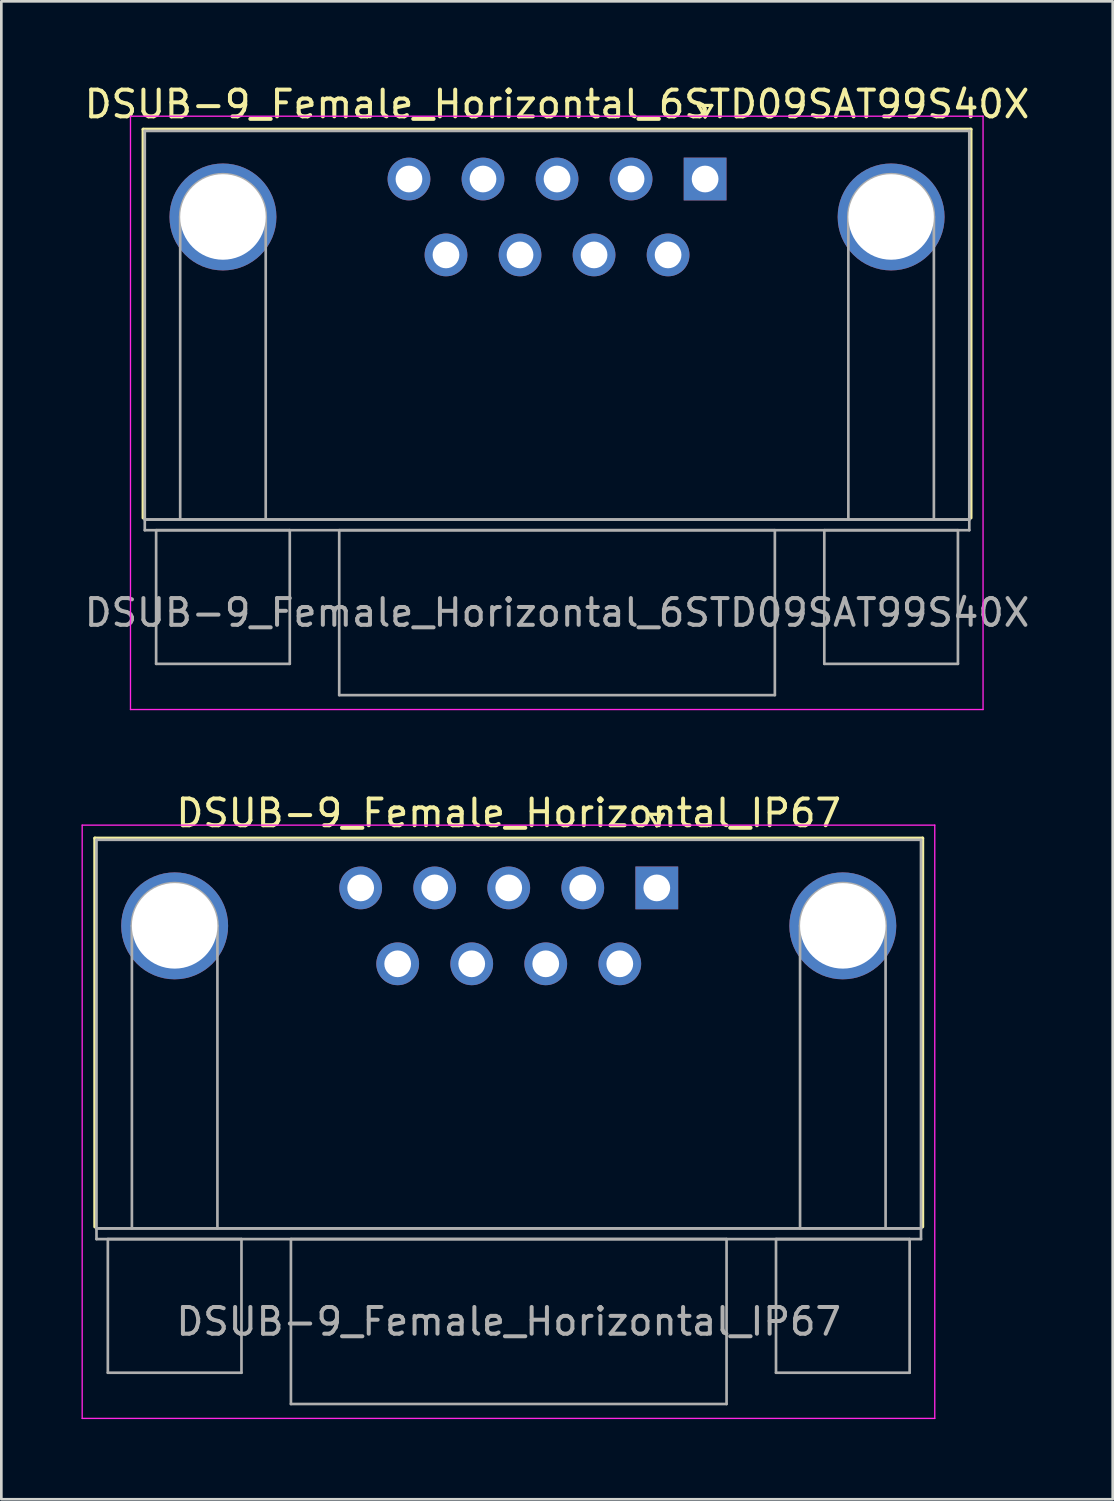
<source format=kicad_pcb>
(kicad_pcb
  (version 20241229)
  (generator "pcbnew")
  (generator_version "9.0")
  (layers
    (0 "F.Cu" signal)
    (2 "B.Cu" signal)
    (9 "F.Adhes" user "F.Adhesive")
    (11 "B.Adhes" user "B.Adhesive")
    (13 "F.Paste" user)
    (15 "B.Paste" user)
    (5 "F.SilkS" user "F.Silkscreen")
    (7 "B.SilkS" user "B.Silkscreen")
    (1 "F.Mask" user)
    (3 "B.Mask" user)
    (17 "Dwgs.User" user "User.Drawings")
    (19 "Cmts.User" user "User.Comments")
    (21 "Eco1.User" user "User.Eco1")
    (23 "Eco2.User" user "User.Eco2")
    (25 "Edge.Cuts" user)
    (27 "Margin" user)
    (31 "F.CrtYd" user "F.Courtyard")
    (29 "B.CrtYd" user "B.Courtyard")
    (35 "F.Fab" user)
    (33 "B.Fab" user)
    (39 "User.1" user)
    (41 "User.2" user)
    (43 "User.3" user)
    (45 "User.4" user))
  (footprint "DSUB-9_Female_Horizontal_IP67"
    (layer "F.Cu")
    (at 21.525 30.172)
    (property "Reference" "DSUB-9_Female_Horizontal_IP67" (at -5.54 -2.8 180) (layer "F.SilkS") (effects (font (size 1 1) (thickness 0.15))))
    (attr through_hole)
    (fp_line (start -21.025 -1.86) (end 9.945 -1.86) (stroke (width 0.12) (type solid)) (layer "F.SilkS"))
    (fp_line (start -21.025 12.68) (end -21.025 -1.86) (stroke (width 0.12) (type solid)) (layer "F.SilkS"))
    (fp_line (start -0.25 -2.754) (end 0.25 -2.754) (stroke (width 0.12) (type solid)) (layer "F.SilkS"))
    (fp_line (start 0 -2.321) (end -0.25 -2.754) (stroke (width 0.12) (type solid)) (layer "F.SilkS"))
    (fp_line (start 0.25 -2.754) (end 0 -2.321) (stroke (width 0.12) (type solid)) (layer "F.SilkS"))
    (fp_line (start 9.945 -1.86) (end 9.945 12.68) (stroke (width 0.12) (type solid)) (layer "F.SilkS"))
    (fp_line (start -21.5 -2.35) (end -21.5 19.85) (stroke (width 0.05) (type solid)) (layer "F.CrtYd"))
    (fp_line (start -21.5 19.85) (end 10.4 19.85) (stroke (width 0.05) (type solid)) (layer "F.CrtYd"))
    (fp_line (start 10.4 -2.35) (end -21.5 -2.35) (stroke (width 0.05) (type solid)) (layer "F.CrtYd"))
    (fp_line (start 10.4 19.85) (end 10.4 -2.35) (stroke (width 0.05) (type solid)) (layer "F.CrtYd"))
    (fp_line (start -20.965 -1.8) (end -20.965 12.74) (stroke (width 0.1) (type solid)) (layer "F.Fab"))
    (fp_line (start -20.965 12.74) (end -20.965 13.14) (stroke (width 0.1) (type solid)) (layer "F.Fab"))
    (fp_line (start -20.965 12.74) (end 9.885 12.74) (stroke (width 0.1) (type solid)) (layer "F.Fab"))
    (fp_line (start -20.965 13.14) (end 9.885 13.14) (stroke (width 0.1) (type solid)) (layer "F.Fab"))
    (fp_line (start -20.54 13.14) (end -20.54 18.14) (stroke (width 0.1) (type solid)) (layer "F.Fab"))
    (fp_line (start -20.54 18.14) (end -15.54 18.14) (stroke (width 0.1) (type solid)) (layer "F.Fab"))
    (fp_line (start -19.64 12.74) (end -19.64 1.42) (stroke (width 0.1) (type solid)) (layer "F.Fab"))
    (fp_line (start -16.44 12.74) (end -16.44 1.42) (stroke (width 0.1) (type solid)) (layer "F.Fab"))
    (fp_line (start -15.54 13.14) (end -20.54 13.14) (stroke (width 0.1) (type solid)) (layer "F.Fab"))
    (fp_line (start -15.54 18.14) (end -15.54 13.14) (stroke (width 0.1) (type solid)) (layer "F.Fab"))
    (fp_line (start -13.69 13.14) (end -13.69 19.31) (stroke (width 0.1) (type solid)) (layer "F.Fab"))
    (fp_line (start -13.69 19.31) (end 2.61 19.31) (stroke (width 0.1) (type solid)) (layer "F.Fab"))
    (fp_line (start 2.61 13.14) (end -13.69 13.14) (stroke (width 0.1) (type solid)) (layer "F.Fab"))
    (fp_line (start 2.61 19.31) (end 2.61 13.14) (stroke (width 0.1) (type solid)) (layer "F.Fab"))
    (fp_line (start 4.46 13.14) (end 4.46 18.14) (stroke (width 0.1) (type solid)) (layer "F.Fab"))
    (fp_line (start 4.46 18.14) (end 9.46 18.14) (stroke (width 0.1) (type solid)) (layer "F.Fab"))
    (fp_line (start 5.36 12.74) (end 5.36 1.42) (stroke (width 0.1) (type solid)) (layer "F.Fab"))
    (fp_line (start 8.56 12.74) (end 8.56 1.42) (stroke (width 0.1) (type solid)) (layer "F.Fab"))
    (fp_line (start 9.46 13.14) (end 4.46 13.14) (stroke (width 0.1) (type solid)) (layer "F.Fab"))
    (fp_line (start 9.46 18.14) (end 9.46 13.14) (stroke (width 0.1) (type solid)) (layer "F.Fab"))
    (fp_line (start 9.885 -1.8) (end -20.965 -1.8) (stroke (width 0.1) (type solid)) (layer "F.Fab"))
    (fp_line (start 9.885 12.74) (end -20.965 12.74) (stroke (width 0.1) (type solid)) (layer "F.Fab"))
    (fp_line (start 9.885 12.74) (end 9.885 -1.8) (stroke (width 0.1) (type solid)) (layer "F.Fab"))
    (fp_line (start 9.885 13.14) (end 9.885 12.74) (stroke (width 0.1) (type solid)) (layer "F.Fab"))
    (fp_arc (start -19.64 1.42) (mid -18.04 -0.18) (end -16.44 1.42) (stroke (width 0.1) (type solid)) (layer "F.Fab"))
    (fp_arc (start 5.36 1.42) (mid 6.96 -0.18) (end 8.56 1.42) (stroke (width 0.1) (type solid)) (layer "F.Fab"))
    (fp_text user "${REFERENCE}" (at -5.54 16.225 180) (layer "F.Fab") (effects (font (size 1 1) (thickness 0.15))))
    (pad "0" thru_hole circle (at -18.04 1.42) (size 4 4) (drill 3.2) (layers "*.Cu" "*.Mask"))
    (pad "0" thru_hole circle (at 6.96 1.42) (size 4 4) (drill 3.2) (layers "*.Cu" "*.Mask"))
    (pad "1" thru_hole rect (at 0 0) (size 1.6 1.6) (drill 1) (layers "*.Cu" "*.Mask"))
    (pad "2" thru_hole circle (at -2.77 0) (size 1.6 1.6) (drill 1) (layers "*.Cu" "*.Mask"))
    (pad "3" thru_hole circle (at -5.54 0) (size 1.6 1.6) (drill 1) (layers "*.Cu" "*.Mask"))
    (pad "4" thru_hole circle (at -8.31 0) (size 1.6 1.6) (drill 1) (layers "*.Cu" "*.Mask"))
    (pad "5" thru_hole circle (at -11.08 0) (size 1.6 1.6) (drill 1) (layers "*.Cu" "*.Mask"))
    (pad "6" thru_hole circle (at -1.385 2.84) (size 1.6 1.6) (drill 1) (layers "*.Cu" "*.Mask"))
    (pad "7" thru_hole circle (at -4.155 2.84) (size 1.6 1.6) (drill 1) (layers "*.Cu" "*.Mask"))
    (pad "8" thru_hole circle (at -6.925 2.84) (size 1.6 1.6) (drill 1) (layers "*.Cu" "*.Mask"))
    (pad "9" thru_hole circle (at -9.695 2.84) (size 1.6 1.6) (drill 1) (layers "*.Cu" "*.Mask")))
  (footprint "DSUB-9_Female_Horizontal_6STD09SAT99S40X"
    (layer "F.Cu")
    (at 23.332 3.648)
    (property "Reference" "DSUB-9_Female_Horizontal_6STD09SAT99S40X" (at -5.54 -2.8 180) (layer "F.SilkS") (effects (font (size 1 1) (thickness 0.15))))
    (attr through_hole)
    (fp_line (start -21.025 -1.86) (end 9.945 -1.86) (stroke (width 0.12) (type solid)) (layer "F.SilkS"))
    (fp_line (start -21.025 12.68) (end -21.025 -1.86) (stroke (width 0.12) (type solid)) (layer "F.SilkS"))
    (fp_line (start -0.25 -2.754) (end 0.25 -2.754) (stroke (width 0.12) (type solid)) (layer "F.SilkS"))
    (fp_line (start 0 -2.321) (end -0.25 -2.754) (stroke (width 0.12) (type solid)) (layer "F.SilkS"))
    (fp_line (start 0.25 -2.754) (end 0 -2.321) (stroke (width 0.12) (type solid)) (layer "F.SilkS"))
    (fp_line (start 9.945 -1.86) (end 9.945 12.68) (stroke (width 0.12) (type solid)) (layer "F.SilkS"))
    (fp_line (start -21.5 -2.35) (end -21.5 19.85) (stroke (width 0.05) (type solid)) (layer "F.CrtYd"))
    (fp_line (start -21.5 19.85) (end 10.4 19.85) (stroke (width 0.05) (type solid)) (layer "F.CrtYd"))
    (fp_line (start 10.4 -2.35) (end -21.5 -2.35) (stroke (width 0.05) (type solid)) (layer "F.CrtYd"))
    (fp_line (start 10.4 19.85) (end 10.4 -2.35) (stroke (width 0.05) (type solid)) (layer "F.CrtYd"))
    (fp_line (start -20.965 -1.8) (end -20.965 12.74) (stroke (width 0.1) (type solid)) (layer "F.Fab"))
    (fp_line (start -20.965 12.74) (end -20.965 13.14) (stroke (width 0.1) (type solid)) (layer "F.Fab"))
    (fp_line (start -20.965 12.74) (end 9.885 12.74) (stroke (width 0.1) (type solid)) (layer "F.Fab"))
    (fp_line (start -20.965 13.14) (end 9.885 13.14) (stroke (width 0.1) (type solid)) (layer "F.Fab"))
    (fp_line (start -20.54 13.14) (end -20.54 18.14) (stroke (width 0.1) (type solid)) (layer "F.Fab"))
    (fp_line (start -20.54 18.14) (end -15.54 18.14) (stroke (width 0.1) (type solid)) (layer "F.Fab"))
    (fp_line (start -19.64 12.74) (end -19.64 1.42) (stroke (width 0.1) (type solid)) (layer "F.Fab"))
    (fp_line (start -16.44 12.74) (end -16.44 1.42) (stroke (width 0.1) (type solid)) (layer "F.Fab"))
    (fp_line (start -15.54 13.14) (end -20.54 13.14) (stroke (width 0.1) (type solid)) (layer "F.Fab"))
    (fp_line (start -15.54 18.14) (end -15.54 13.14) (stroke (width 0.1) (type solid)) (layer "F.Fab"))
    (fp_line (start -13.69 13.14) (end -13.69 19.31) (stroke (width 0.1) (type solid)) (layer "F.Fab"))
    (fp_line (start -13.69 19.31) (end 2.61 19.31) (stroke (width 0.1) (type solid)) (layer "F.Fab"))
    (fp_line (start 2.61 13.14) (end -13.69 13.14) (stroke (width 0.1) (type solid)) (layer "F.Fab"))
    (fp_line (start 2.61 19.31) (end 2.61 13.14) (stroke (width 0.1) (type solid)) (layer "F.Fab"))
    (fp_line (start 4.46 13.14) (end 4.46 18.14) (stroke (width 0.1) (type solid)) (layer "F.Fab"))
    (fp_line (start 4.46 18.14) (end 9.46 18.14) (stroke (width 0.1) (type solid)) (layer "F.Fab"))
    (fp_line (start 5.36 12.74) (end 5.36 1.42) (stroke (width 0.1) (type solid)) (layer "F.Fab"))
    (fp_line (start 8.56 12.74) (end 8.56 1.42) (stroke (width 0.1) (type solid)) (layer "F.Fab"))
    (fp_line (start 9.46 13.14) (end 4.46 13.14) (stroke (width 0.1) (type solid)) (layer "F.Fab"))
    (fp_line (start 9.46 18.14) (end 9.46 13.14) (stroke (width 0.1) (type solid)) (layer "F.Fab"))
    (fp_line (start 9.885 -1.8) (end -20.965 -1.8) (stroke (width 0.1) (type solid)) (layer "F.Fab"))
    (fp_line (start 9.885 12.74) (end -20.965 12.74) (stroke (width 0.1) (type solid)) (layer "F.Fab"))
    (fp_line (start 9.885 12.74) (end 9.885 -1.8) (stroke (width 0.1) (type solid)) (layer "F.Fab"))
    (fp_line (start 9.885 13.14) (end 9.885 12.74) (stroke (width 0.1) (type solid)) (layer "F.Fab"))
    (fp_arc (start -19.64 1.42) (mid -18.04 -0.18) (end -16.44 1.42) (stroke (width 0.1) (type solid)) (layer "F.Fab"))
    (fp_arc (start 5.36 1.42) (mid 6.96 -0.18) (end 8.56 1.42) (stroke (width 0.1) (type solid)) (layer "F.Fab"))
    (fp_text user "${REFERENCE}" (at -5.54 16.225 180) (layer "F.Fab") (effects (font (size 1 1) (thickness 0.15))))
    (pad "0" thru_hole circle (at -18.04 1.42) (size 4 4) (drill 3.2) (layers "*.Cu" "*.Mask"))
    (pad "0" thru_hole circle (at 6.96 1.42) (size 4 4) (drill 3.2) (layers "*.Cu" "*.Mask"))
    (pad "1" thru_hole rect (at 0 0) (size 1.6 1.6) (drill 1) (layers "*.Cu" "*.Mask"))
    (pad "2" thru_hole circle (at -2.77 0) (size 1.6 1.6) (drill 1) (layers "*.Cu" "*.Mask"))
    (pad "3" thru_hole circle (at -5.54 0) (size 1.6 1.6) (drill 1) (layers "*.Cu" "*.Mask"))
    (pad "4" thru_hole circle (at -8.31 0) (size 1.6 1.6) (drill 1) (layers "*.Cu" "*.Mask"))
    (pad "5" thru_hole circle (at -11.08 0) (size 1.6 1.6) (drill 1) (layers "*.Cu" "*.Mask"))
    (pad "6" thru_hole circle (at -1.385 2.84) (size 1.6 1.6) (drill 1) (layers "*.Cu" "*.Mask"))
    (pad "7" thru_hole circle (at -4.155 2.84) (size 1.6 1.6) (drill 1) (layers "*.Cu" "*.Mask"))
    (pad "8" thru_hole circle (at -6.925 2.84) (size 1.6 1.6) (drill 1) (layers "*.Cu" "*.Mask"))
    (pad "9" thru_hole circle (at -9.695 2.84) (size 1.6 1.6) (drill 1) (layers "*.Cu" "*.Mask")))
  (gr_rect
    (start -3 -3)
    (end 38.583 53.047)
    (stroke (width 0.1) (type default))
    (fill no)
    (layer "Edge.Cuts")))
</source>
